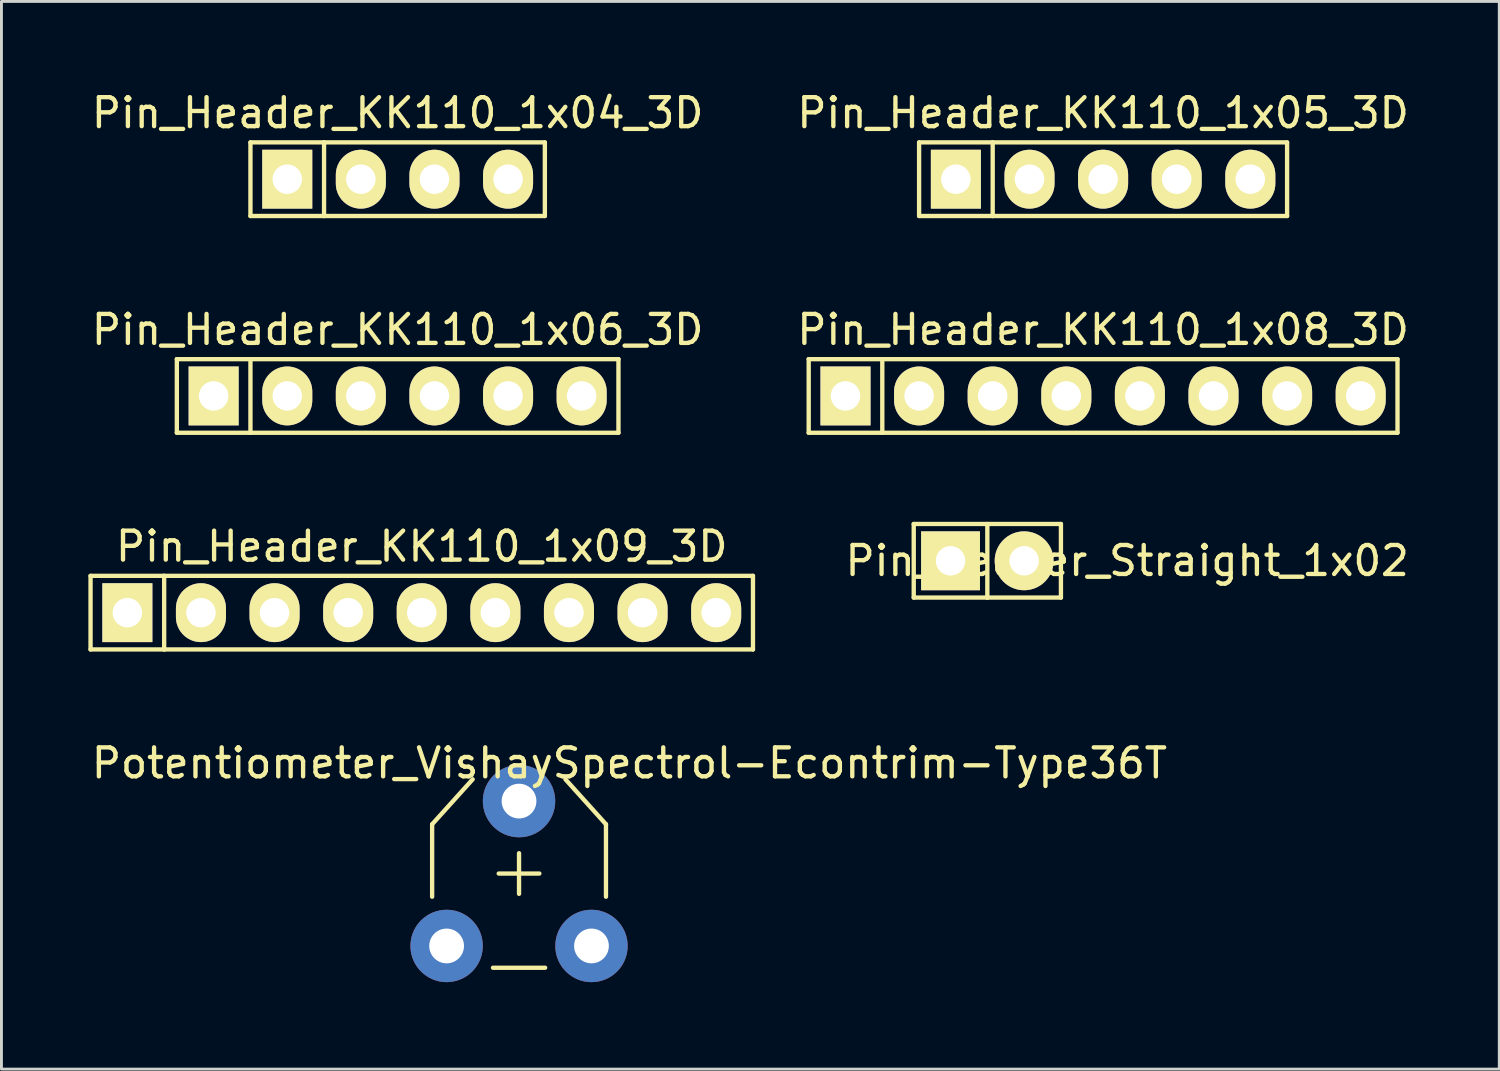
<source format=kicad_pcb>
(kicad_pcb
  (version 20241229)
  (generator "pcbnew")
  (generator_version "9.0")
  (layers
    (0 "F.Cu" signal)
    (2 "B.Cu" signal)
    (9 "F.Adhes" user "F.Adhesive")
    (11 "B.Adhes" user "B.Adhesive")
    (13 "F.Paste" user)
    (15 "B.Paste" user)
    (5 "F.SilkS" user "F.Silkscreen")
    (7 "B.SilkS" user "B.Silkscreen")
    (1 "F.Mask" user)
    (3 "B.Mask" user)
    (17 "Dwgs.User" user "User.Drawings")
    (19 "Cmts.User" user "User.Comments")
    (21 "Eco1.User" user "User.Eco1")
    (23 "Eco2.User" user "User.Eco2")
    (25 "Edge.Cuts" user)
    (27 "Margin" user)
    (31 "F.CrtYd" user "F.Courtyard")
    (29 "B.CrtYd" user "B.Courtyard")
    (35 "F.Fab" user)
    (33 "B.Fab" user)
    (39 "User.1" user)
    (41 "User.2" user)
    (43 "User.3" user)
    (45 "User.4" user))
  (footprint "Pin_Header_KK110_1x08_3D"
    (layer "F.Cu")
    (at 35.018 10.614)
    (property "Reference" "Pin_Header_KK110_1x08_3D" (at 0 -2.286 0) (layer "F.SilkS") (effects (font (size 1 1) (thickness 0.15))))
    (attr through_hole)
    (fp_line (start -10.16 -1.27) (end -10.16 1.27) (stroke (width 0.15) (type solid)) (layer "F.SilkS"))
    (fp_line (start -10.16 -1.27) (end -7.62 -1.27) (stroke (width 0.15) (type solid)) (layer "F.SilkS"))
    (fp_line (start -10.16 1.27) (end -7.62 1.27) (stroke (width 0.15) (type solid)) (layer "F.SilkS"))
    (fp_line (start -7.62 -1.27) (end -7.62 1.27) (stroke (width 0.15) (type solid)) (layer "F.SilkS"))
    (fp_line (start -7.62 -1.27) (end 10.16 -1.27) (stroke (width 0.15) (type solid)) (layer "F.SilkS"))
    (fp_line (start 10.16 -1.27) (end 10.16 1.27) (stroke (width 0.15) (type solid)) (layer "F.SilkS"))
    (fp_line (start 10.16 1.27) (end -7.62 1.27) (stroke (width 0.15) (type solid)) (layer "F.SilkS"))
    (pad "1" thru_hole rect (at -8.89 0) (size 1.727 2.032) (drill 1.016) (layers "*.Cu" "*.Mask" "F.SilkS"))
    (pad "2" thru_hole oval (at -6.35 0) (size 1.727 2.032) (drill 1.016) (layers "*.Cu" "*.Mask" "F.SilkS"))
    (pad "3" thru_hole oval (at -3.81 0) (size 1.727 2.032) (drill 1.016) (layers "*.Cu" "*.Mask" "F.SilkS"))
    (pad "4" thru_hole oval (at -1.27 0) (size 1.727 2.032) (drill 1.016) (layers "*.Cu" "*.Mask" "F.SilkS"))
    (pad "5" thru_hole oval (at 1.27 0) (size 1.727 2.032) (drill 1.016) (layers "*.Cu" "*.Mask" "F.SilkS"))
    (pad "6" thru_hole oval (at 3.81 0) (size 1.727 2.032) (drill 1.016) (layers "*.Cu" "*.Mask" "F.SilkS"))
    (pad "7" thru_hole oval (at 6.35 0) (size 1.727 2.032) (drill 1.016) (layers "*.Cu" "*.Mask" "F.SilkS"))
    (pad "8" thru_hole oval (at 8.89 0) (size 1.727 2.032) (drill 1.016) (layers "*.Cu" "*.Mask" "F.SilkS")))
  (footprint "Pin_Header_KK110_1x05_3D"
    (layer "F.Cu")
    (at 35.018 3.134)
    (property "Reference" "Pin_Header_KK110_1x05_3D" (at 0 -2.286 0) (layer "F.SilkS") (effects (font (size 1 1) (thickness 0.15))))
    (attr through_hole)
    (fp_line (start -6.35 -1.27) (end -6.35 1.27) (stroke (width 0.15) (type solid)) (layer "F.SilkS"))
    (fp_line (start -6.35 -1.27) (end -3.81 -1.27) (stroke (width 0.15) (type solid)) (layer "F.SilkS"))
    (fp_line (start -6.35 1.27) (end -3.81 1.27) (stroke (width 0.15) (type solid)) (layer "F.SilkS"))
    (fp_line (start -3.81 -1.27) (end -3.81 1.27) (stroke (width 0.15) (type solid)) (layer "F.SilkS"))
    (fp_line (start -3.81 -1.27) (end 6.35 -1.27) (stroke (width 0.15) (type solid)) (layer "F.SilkS"))
    (fp_line (start 6.35 -1.27) (end 6.35 1.27) (stroke (width 0.15) (type solid)) (layer "F.SilkS"))
    (fp_line (start 6.35 1.27) (end -3.81 1.27) (stroke (width 0.15) (type solid)) (layer "F.SilkS"))
    (pad "1" thru_hole rect (at -5.08 0) (size 1.727 2.032) (drill 1.016) (layers "*.Cu" "*.Mask" "F.SilkS"))
    (pad "2" thru_hole oval (at -2.54 0) (size 1.727 2.032) (drill 1.016) (layers "*.Cu" "*.Mask" "F.SilkS"))
    (pad "3" thru_hole oval (at 0 0) (size 1.727 2.032) (drill 1.016) (layers "*.Cu" "*.Mask" "F.SilkS"))
    (pad "4" thru_hole oval (at 2.54 0) (size 1.727 2.032) (drill 1.016) (layers "*.Cu" "*.Mask" "F.SilkS"))
    (pad "5" thru_hole oval (at 5.08 0) (size 1.727 2.032) (drill 1.016) (layers "*.Cu" "*.Mask" "F.SilkS")))
  (footprint "Pin_Header_KK110_1x04_3D"
    (layer "F.Cu")
    (at 10.673 3.134)
    (property "Reference" "Pin_Header_KK110_1x04_3D" (at 0 -2.286 0) (layer "F.SilkS") (effects (font (size 1 1) (thickness 0.15))))
    (attr through_hole)
    (fp_line (start -5.08 -1.27) (end -5.08 1.27) (stroke (width 0.15) (type solid)) (layer "F.SilkS"))
    (fp_line (start -5.08 -1.27) (end -2.54 -1.27) (stroke (width 0.15) (type solid)) (layer "F.SilkS"))
    (fp_line (start -5.08 1.27) (end -2.54 1.27) (stroke (width 0.15) (type solid)) (layer "F.SilkS"))
    (fp_line (start -2.54 -1.27) (end -2.54 1.27) (stroke (width 0.15) (type solid)) (layer "F.SilkS"))
    (fp_line (start -2.54 -1.27) (end 5.08 -1.27) (stroke (width 0.15) (type solid)) (layer "F.SilkS"))
    (fp_line (start -2.54 1.27) (end 5.08 1.27) (stroke (width 0.15) (type solid)) (layer "F.SilkS"))
    (fp_line (start 5.08 1.27) (end 5.08 -1.27) (stroke (width 0.15) (type solid)) (layer "F.SilkS"))
    (pad "1" thru_hole rect (at -3.81 0) (size 1.727 2.032) (drill 1.016) (layers "*.Cu" "*.Mask" "F.SilkS"))
    (pad "2" thru_hole oval (at -1.27 0) (size 1.727 2.032) (drill 1.016) (layers "*.Cu" "*.Mask" "F.SilkS"))
    (pad "3" thru_hole oval (at 1.27 0) (size 1.727 2.032) (drill 1.016) (layers "*.Cu" "*.Mask" "F.SilkS"))
    (pad "4" thru_hole oval (at 3.81 0) (size 1.727 2.032) (drill 1.016) (layers "*.Cu" "*.Mask" "F.SilkS")))
  (footprint "Pin_Header_KK110_1x06_3D"
    (layer "F.Cu")
    (at 10.673 10.614)
    (property "Reference" "Pin_Header_KK110_1x06_3D" (at 0 -2.286 0) (layer "F.SilkS") (effects (font (size 1 1) (thickness 0.15))))
    (attr through_hole)
    (fp_line (start -7.62 -1.27) (end -7.62 1.27) (stroke (width 0.15) (type solid)) (layer "F.SilkS"))
    (fp_line (start -7.62 -1.27) (end -5.08 -1.27) (stroke (width 0.15) (type solid)) (layer "F.SilkS"))
    (fp_line (start -7.62 1.27) (end -5.08 1.27) (stroke (width 0.15) (type solid)) (layer "F.SilkS"))
    (fp_line (start -5.08 -1.27) (end -5.08 1.27) (stroke (width 0.15) (type solid)) (layer "F.SilkS"))
    (fp_line (start -5.08 -1.27) (end 7.62 -1.27) (stroke (width 0.15) (type solid)) (layer "F.SilkS"))
    (fp_line (start 7.62 -1.27) (end 7.62 1.27) (stroke (width 0.15) (type solid)) (layer "F.SilkS"))
    (fp_line (start 7.62 1.27) (end -5.08 1.27) (stroke (width 0.15) (type solid)) (layer "F.SilkS"))
    (pad "1" thru_hole rect (at -6.35 0) (size 1.727 2.032) (drill 1.016) (layers "*.Cu" "*.Mask" "F.SilkS"))
    (pad "2" thru_hole oval (at -3.81 0) (size 1.727 2.032) (drill 1.016) (layers "*.Cu" "*.Mask" "F.SilkS"))
    (pad "3" thru_hole oval (at -1.27 0) (size 1.727 2.032) (drill 1.016) (layers "*.Cu" "*.Mask" "F.SilkS"))
    (pad "4" thru_hole oval (at 1.27 0) (size 1.727 2.032) (drill 1.016) (layers "*.Cu" "*.Mask" "F.SilkS"))
    (pad "5" thru_hole oval (at 3.81 0) (size 1.727 2.032) (drill 1.016) (layers "*.Cu" "*.Mask" "F.SilkS"))
    (pad "6" thru_hole oval (at 6.35 0) (size 1.727 2.032) (drill 1.016) (layers "*.Cu" "*.Mask" "F.SilkS")))
  (footprint "Potentiometer_VishaySpectrol-Econtrim-Type36T"
    (layer "F.Cu")
    (at 12.363 29.595)
    (property "Reference" "Potentiometer_VishaySpectrol-Econtrim-Type36T" (at 6.309 -6.309 0) (layer "F.SilkS") (effects (font (size 1 1) (thickness 0.15))))
    (attr through_hole)
    (fp_line (start -0.5 -4.199) (end -0.5 -1.699) (stroke (width 0.15) (type solid)) (layer "F.SilkS"))
    (fp_line (start 0.899 -5.751) (end -0.5 -4.199) (stroke (width 0.15) (type solid)) (layer "F.SilkS"))
    (fp_line (start 1.6 0.752) (end 3.399 0.752) (stroke (width 0.15) (type solid)) (layer "F.SilkS"))
    (fp_line (start 1.798 -2.499) (end 3.2 -2.499) (stroke (width 0.15) (type solid)) (layer "F.SilkS"))
    (fp_line (start 2.499 -1.798) (end 2.499 -3.2) (stroke (width 0.15) (type solid)) (layer "F.SilkS"))
    (fp_line (start 4.1 -5.751) (end 5.499 -4.199) (stroke (width 0.15) (type solid)) (layer "F.SilkS"))
    (fp_line (start 5.499 -4.199) (end 5.499 -1.699) (stroke (width 0.15) (type solid)) (layer "F.SilkS"))
    (pad "1" thru_hole circle (at 0 0) (size 2.499 2.499) (drill 1.199) (layers "*.Cu" "*.Mask"))
    (pad "2" thru_hole circle (at 2.499 -4.999) (size 2.499 2.499) (drill 1.199) (layers "*.Cu" "*.Mask"))
    (pad "3" thru_hole circle (at 4.999 0) (size 2.499 2.499) (drill 1.199) (layers "*.Cu" "*.Mask")))
  (footprint "Pin_Header_Straight_1x02"
    (layer "F.Cu")
    (at 31.023 16.303)
    (property "Reference" "Pin_Header_Straight_1x02" (at 4.826 0 0) (layer "F.SilkS") (effects (font (size 1 1) (thickness 0.15))))
    (attr through_hole)
    (fp_line (start -2.54 -1.27) (end -2.54 1.27) (stroke (width 0.15) (type solid)) (layer "F.SilkS"))
    (fp_line (start -2.54 1.27) (end 0 1.27) (stroke (width 0.15) (type solid)) (layer "F.SilkS"))
    (fp_line (start 0 -1.27) (end 0 1.27) (stroke (width 0.15) (type solid)) (layer "F.SilkS"))
    (fp_line (start 0 1.27) (end 2.54 1.27) (stroke (width 0.15) (type solid)) (layer "F.SilkS"))
    (fp_line (start 2.54 -1.27) (end -2.54 -1.27) (stroke (width 0.15) (type solid)) (layer "F.SilkS"))
    (fp_line (start 2.54 1.27) (end 2.54 -1.27) (stroke (width 0.15) (type solid)) (layer "F.SilkS"))
    (pad "1" thru_hole rect (at -1.27 0) (size 2.032 2.032) (drill 1.016) (layers "*.Cu" "*.Mask" "F.SilkS"))
    (pad "2" thru_hole oval (at 1.27 0) (size 2.032 2.032) (drill 1.016) (layers "*.Cu" "*.Mask" "F.SilkS")))
  (footprint "Pin_Header_KK110_1x09_3D"
    (layer "F.Cu")
    (at 11.505 18.093)
    (property "Reference" "Pin_Header_KK110_1x09_3D" (at 0 -2.286 0) (layer "F.SilkS") (effects (font (size 1 1) (thickness 0.15))))
    (attr through_hole)
    (fp_line (start -11.43 -1.27) (end -11.43 1.27) (stroke (width 0.15) (type solid)) (layer "F.SilkS"))
    (fp_line (start -11.43 -1.27) (end -8.89 -1.27) (stroke (width 0.15) (type solid)) (layer "F.SilkS"))
    (fp_line (start -11.43 1.27) (end -8.89 1.27) (stroke (width 0.15) (type solid)) (layer "F.SilkS"))
    (fp_line (start -8.89 -1.27) (end -8.89 1.27) (stroke (width 0.15) (type solid)) (layer "F.SilkS"))
    (fp_line (start -8.89 -1.27) (end 11.43 -1.27) (stroke (width 0.15) (type solid)) (layer "F.SilkS"))
    (fp_line (start 11.43 -1.27) (end 11.43 1.27) (stroke (width 0.15) (type solid)) (layer "F.SilkS"))
    (fp_line (start 11.43 1.27) (end -8.89 1.27) (stroke (width 0.15) (type solid)) (layer "F.SilkS"))
    (pad "1" thru_hole rect (at -10.16 0) (size 1.727 2.032) (drill 1.016) (layers "*.Cu" "*.Mask" "F.SilkS"))
    (pad "2" thru_hole oval (at -7.62 0) (size 1.727 2.032) (drill 1.016) (layers "*.Cu" "*.Mask" "F.SilkS"))
    (pad "3" thru_hole oval (at -5.08 0) (size 1.727 2.032) (drill 1.016) (layers "*.Cu" "*.Mask" "F.SilkS"))
    (pad "4" thru_hole oval (at -2.54 0) (size 1.727 2.032) (drill 1.016) (layers "*.Cu" "*.Mask" "F.SilkS"))
    (pad "5" thru_hole oval (at 0 0) (size 1.727 2.032) (drill 1.016) (layers "*.Cu" "*.Mask" "F.SilkS"))
    (pad "6" thru_hole oval (at 2.54 0) (size 1.727 2.032) (drill 1.016) (layers "*.Cu" "*.Mask" "F.SilkS"))
    (pad "7" thru_hole oval (at 5.08 0) (size 1.727 2.032) (drill 1.016) (layers "*.Cu" "*.Mask" "F.SilkS"))
    (pad "8" thru_hole oval (at 7.62 0) (size 1.727 2.032) (drill 1.016) (layers "*.Cu" "*.Mask" "F.SilkS"))
    (pad "9" thru_hole oval (at 10.16 0) (size 1.727 2.032) (drill 1.016) (layers "*.Cu" "*.Mask" "F.SilkS")))
  (gr_rect
    (start -3 -3)
    (end 48.69 33.845)
    (stroke (width 0.1) (type default))
    (fill no)
    (layer "Edge.Cuts")))
</source>
